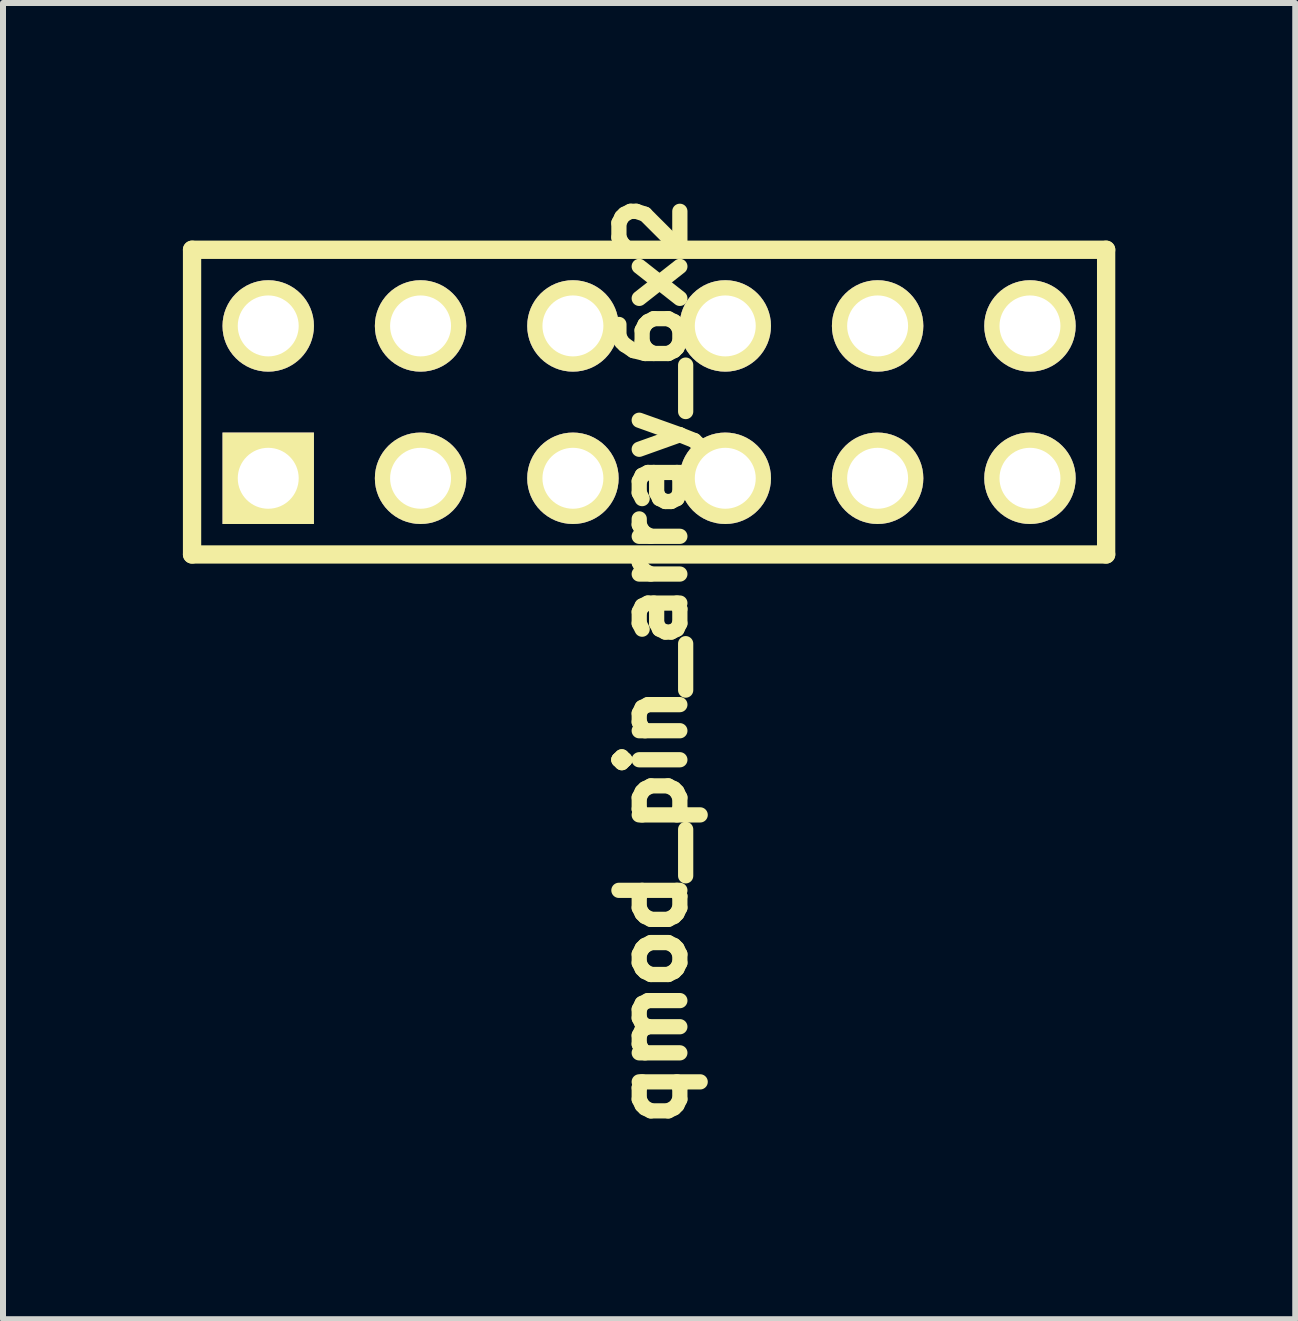
<source format=kicad_pcb>
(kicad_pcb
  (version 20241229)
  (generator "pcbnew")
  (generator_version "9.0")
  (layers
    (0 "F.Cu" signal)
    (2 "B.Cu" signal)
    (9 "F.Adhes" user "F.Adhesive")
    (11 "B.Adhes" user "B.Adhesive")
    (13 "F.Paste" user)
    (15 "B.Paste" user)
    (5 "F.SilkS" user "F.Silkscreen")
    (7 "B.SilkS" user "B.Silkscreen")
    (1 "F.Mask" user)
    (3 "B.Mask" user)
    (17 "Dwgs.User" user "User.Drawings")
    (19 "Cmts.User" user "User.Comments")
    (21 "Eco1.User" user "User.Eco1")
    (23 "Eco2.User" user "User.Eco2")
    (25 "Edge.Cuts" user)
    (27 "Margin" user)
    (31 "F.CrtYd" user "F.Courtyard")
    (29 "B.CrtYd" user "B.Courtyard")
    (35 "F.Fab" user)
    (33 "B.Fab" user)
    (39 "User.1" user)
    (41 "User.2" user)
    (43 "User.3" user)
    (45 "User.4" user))
  (footprint "qmod_pin_array_6x2"
    (layer "F.Cu")
    (at 7.772 3.654)
    (property "Reference" "qmod_pin_array_6x2" (at 0.056 4.318 90) (layer "F.SilkS") (effects (font (size 1.016 1.016) (thickness 0.274))))
    (attr through_hole)
    (fp_line (start -7.62 -2.54) (end 7.62 -2.54) (stroke (width 0.305) (type solid)) (layer "F.SilkS"))
    (fp_line (start -7.62 2.54) (end -7.62 -2.54) (stroke (width 0.305) (type solid)) (layer "F.SilkS"))
    (fp_line (start 7.62 -2.54) (end 7.62 2.54) (stroke (width 0.305) (type solid)) (layer "F.SilkS"))
    (fp_line (start 7.62 2.54) (end -7.62 2.54) (stroke (width 0.305) (type solid)) (layer "F.SilkS"))
    (pad "1" thru_hole rect (at -6.35 1.27) (size 1.524 1.524) (drill 1.016) (layers "*.Cu" "*.Mask" "F.SilkS"))
    (pad "2" thru_hole circle (at -3.81 1.27) (size 1.524 1.524) (drill 1.016) (layers "*.Cu" "*.Mask" "F.SilkS"))
    (pad "3" thru_hole circle (at -1.27 1.27) (size 1.524 1.524) (drill 1.016) (layers "*.Cu" "*.Mask" "F.SilkS"))
    (pad "4" thru_hole circle (at 1.27 1.27) (size 1.524 1.524) (drill 1.016) (layers "*.Cu" "*.Mask" "F.SilkS"))
    (pad "5" thru_hole circle (at 3.81 1.27) (size 1.524 1.524) (drill 1.016) (layers "*.Cu" "*.Mask" "F.SilkS"))
    (pad "6" thru_hole circle (at 6.35 1.27) (size 1.524 1.524) (drill 1.016) (layers "*.Cu" "*.Mask" "F.SilkS"))
    (pad "7" thru_hole circle (at -6.35 -1.27) (size 1.524 1.524) (drill 1.016) (layers "*.Cu" "*.Mask" "F.SilkS"))
    (pad "8" thru_hole circle (at -3.81 -1.27) (size 1.524 1.524) (drill 1.016) (layers "*.Cu" "*.Mask" "F.SilkS"))
    (pad "9" thru_hole circle (at -1.27 -1.27) (size 1.524 1.524) (drill 1.016) (layers "*.Cu" "*.Mask" "F.SilkS"))
    (pad "10" thru_hole circle (at 1.27 -1.27) (size 1.524 1.524) (drill 1.016) (layers "*.Cu" "*.Mask" "F.SilkS"))
    (pad "11" thru_hole circle (at 3.81 -1.27) (size 1.524 1.524) (drill 1.016) (layers "*.Cu" "*.Mask" "F.SilkS"))
    (pad "12" thru_hole circle (at 6.35 -1.27) (size 1.524 1.524) (drill 1.016) (layers "*.Cu" "*.Mask" "F.SilkS")))
  (gr_rect
    (start -3 -3)
    (end 18.545 18.944)
    (stroke (width 0.1) (type default))
    (fill no)
    (layer "Edge.Cuts")))
</source>
